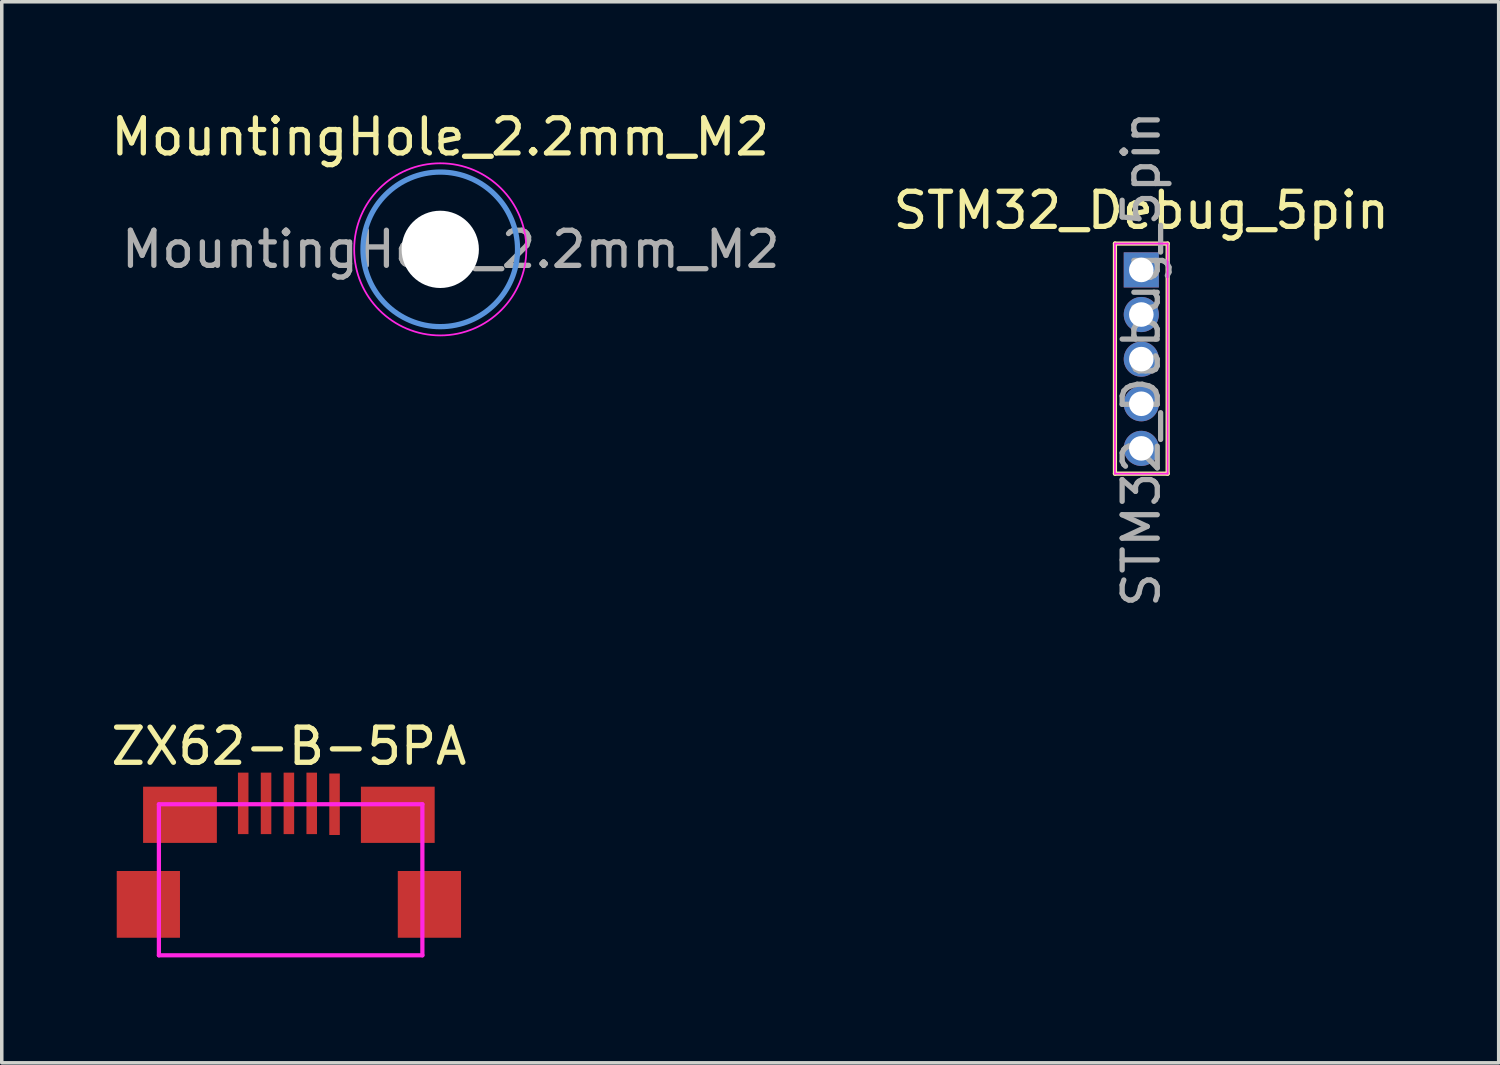
<source format=kicad_pcb>
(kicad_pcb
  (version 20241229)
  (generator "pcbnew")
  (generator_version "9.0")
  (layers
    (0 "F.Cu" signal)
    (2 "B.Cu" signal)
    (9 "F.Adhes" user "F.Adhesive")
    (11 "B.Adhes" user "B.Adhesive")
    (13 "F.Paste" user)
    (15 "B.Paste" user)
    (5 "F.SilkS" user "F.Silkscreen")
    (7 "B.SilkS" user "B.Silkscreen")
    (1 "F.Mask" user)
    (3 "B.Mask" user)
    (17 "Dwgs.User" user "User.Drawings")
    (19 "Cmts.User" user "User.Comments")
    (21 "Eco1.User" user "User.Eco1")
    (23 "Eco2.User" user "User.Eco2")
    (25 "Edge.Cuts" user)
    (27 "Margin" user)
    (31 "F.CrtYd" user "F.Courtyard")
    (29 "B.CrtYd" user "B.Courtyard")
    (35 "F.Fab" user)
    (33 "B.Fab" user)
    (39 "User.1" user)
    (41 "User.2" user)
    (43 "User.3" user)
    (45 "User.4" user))
  (footprint "STM32_Debug_5pin"
    (layer "F.Cu")
    (at 29.437 4.633)
    (property "Reference" "STM32_Debug_5pin" (at 0 -1.695 0) (layer "F.SilkS") (effects (font (size 1 1) (thickness 0.15))))
    (attr through_hole)
    (fp_line (start -0.75 -0.75) (end -0.75 5.8) (stroke (width 0.12) (type solid)) (layer "F.SilkS"))
    (fp_line (start -0.75 -0.75) (end 0.75 -0.75) (stroke (width 0.12) (type solid)) (layer "F.SilkS"))
    (fp_line (start -0.75 5.8) (end 0.75 5.8) (stroke (width 0.12) (type solid)) (layer "F.SilkS"))
    (fp_line (start 0.75 -0.75) (end 0.75 5.8) (stroke (width 0.12) (type solid)) (layer "F.SilkS"))
    (fp_line (start -0.75 -0.75) (end -0.75 5.8) (stroke (width 0.05) (type solid)) (layer "F.CrtYd"))
    (fp_line (start -0.75 5.8) (end 0.75 5.8) (stroke (width 0.05) (type solid)) (layer "F.CrtYd"))
    (fp_line (start 0.75 -0.75) (end -0.75 -0.75) (stroke (width 0.05) (type solid)) (layer "F.CrtYd"))
    (fp_line (start 0.75 5.8) (end 0.75 -0.75) (stroke (width 0.05) (type solid)) (layer "F.CrtYd"))
    (fp_text user "${REFERENCE}" (at 0 2.54 90) (layer "F.Fab") (effects (font (size 1 1) (thickness 0.15))))
    (pad "1" thru_hole rect (at 0 0) (size 1 1) (drill 0.7) (layers "*.Cu" "*.Mask"))
    (pad "2" thru_hole oval (at 0 1.27) (size 1 1) (drill 0.7) (layers "*.Cu" "*.Mask"))
    (pad "3" thru_hole oval (at 0 2.54) (size 1 1) (drill 0.7) (layers "*.Cu" "*.Mask"))
    (pad "4" thru_hole oval (at 0 3.81) (size 1 1) (drill 0.7) (layers "*.Cu" "*.Mask"))
    (pad "5" thru_hole oval (at 0 5.08) (size 1 1) (drill 0.7) (layers "*.Cu" "*.Mask")))
  (footprint "MountingHole_2.2mm_M2"
    (layer "F.Cu")
    (at 9.482 4.048)
    (property "Reference" "MountingHole_2.2mm_M2" (at 0 -3.2 0) (layer "F.SilkS") (effects (font (size 1 1) (thickness 0.15))))
    (attr exclude_from_pos_files exclude_from_bom)
    (fp_circle (center 0 0) (end 2.2 0) (stroke (width 0.15) (type solid)) (fill no) (layer "Cmts.User"))
    (fp_circle (center 0 0) (end 2.45 0) (stroke (width 0.05) (type solid)) (fill no) (layer "F.CrtYd"))
    (fp_text user "${REFERENCE}" (at 0.3 0 0) (layer "F.Fab") (effects (font (size 1 1) (thickness 0.15))))
    (pad "" np_thru_hole circle (at 0 0) (size 2.2 2.2) (drill 2.2) (layers "*.Cu" "*.Mask")))
  (footprint "ZX62-B-5PA"
    (layer "F.Cu")
    (at 5.173 22.693)
    (property "Reference" "ZX62-B-5PA" (at 0 -4.5 0) (layer "F.SilkS") (effects (font (size 1 1) (thickness 0.15))))
    (attr through_hole)
    (fp_line (start -3.7 -2.85) (end 3.8 -2.85) (stroke (width 0.12) (type solid)) (layer "F.CrtYd"))
    (fp_line (start -3.7 1.45) (end -3.7 -2.85) (stroke (width 0.12) (type solid)) (layer "F.CrtYd"))
    (fp_line (start 3.8 -2.85) (end 3.8 1.45) (stroke (width 0.12) (type solid)) (layer "F.CrtYd"))
    (fp_line (start 3.8 1.45) (end -3.7 1.45) (stroke (width 0.12) (type solid)) (layer "F.CrtYd"))
    (pad "1" smd rect (at -1.3 -2.875) (size 0.3 1.75) (layers "F.Cu" "F.Mask" "F.Paste"))
    (pad "2" smd rect (at -0.65 -2.875) (size 0.3 1.75) (layers "F.Cu" "F.Mask" "F.Paste"))
    (pad "3" smd rect (at 0 -2.875) (size 0.3 1.75) (layers "F.Cu" "F.Mask" "F.Paste"))
    (pad "4" smd rect (at 0.65 -2.875) (size 0.3 1.75) (layers "F.Cu" "F.Mask" "F.Paste"))
    (pad "5" smd rect (at 1.3 -2.85) (size 0.3 1.75) (layers "F.Cu" "F.Mask" "F.Paste"))
    (pad "6" smd rect (at -4 0) (size 1.8 1.9) (layers "F.Cu" "F.Mask" "F.Paste"))
    (pad "6" smd rect (at -3.1 -2.55) (size 2.1 1.6) (layers "F.Cu" "F.Mask" "F.Paste"))
    (pad "6" smd rect (at 3.1 -2.55) (size 2.1 1.6) (layers "F.Cu" "F.Mask" "F.Paste"))
    (pad "6" smd rect (at 4 0) (size 1.8 1.9) (layers "F.Cu" "F.Mask" "F.Paste")))
  (gr_rect
    (start -3 -3)
    (end 39.61 27.203)
    (stroke (width 0.1) (type default))
    (fill no)
    (layer "Edge.Cuts")))
</source>
